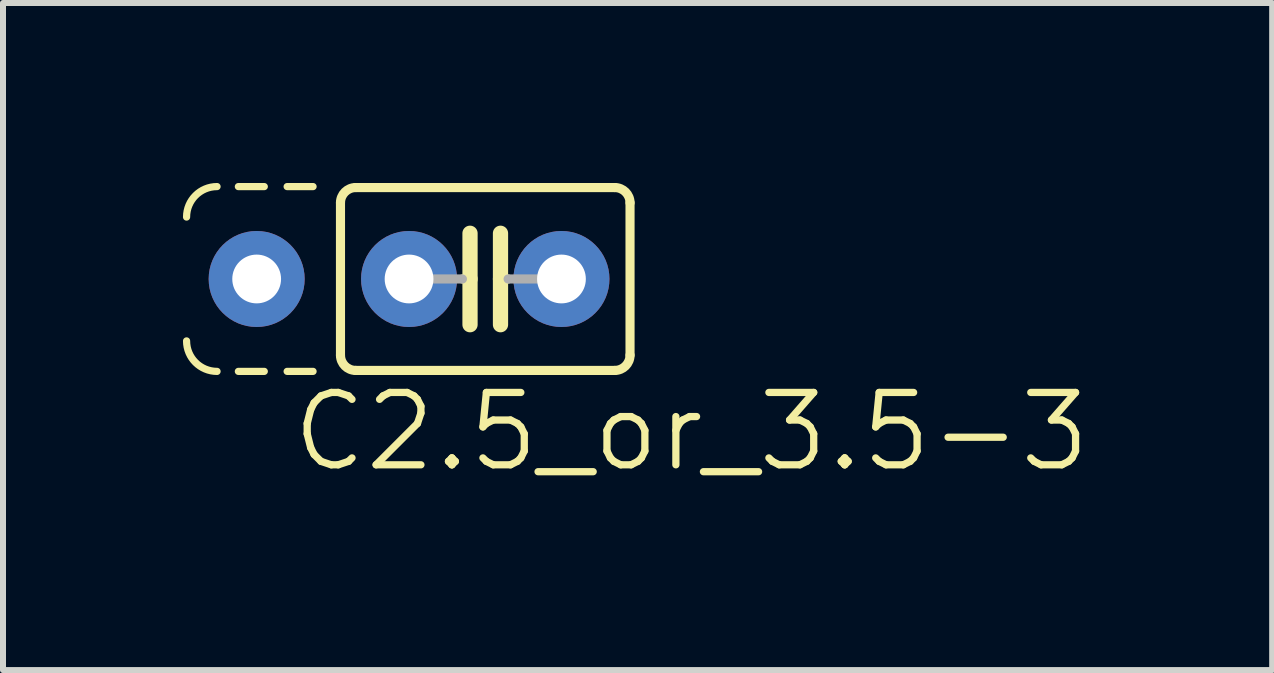
<source format=kicad_pcb>
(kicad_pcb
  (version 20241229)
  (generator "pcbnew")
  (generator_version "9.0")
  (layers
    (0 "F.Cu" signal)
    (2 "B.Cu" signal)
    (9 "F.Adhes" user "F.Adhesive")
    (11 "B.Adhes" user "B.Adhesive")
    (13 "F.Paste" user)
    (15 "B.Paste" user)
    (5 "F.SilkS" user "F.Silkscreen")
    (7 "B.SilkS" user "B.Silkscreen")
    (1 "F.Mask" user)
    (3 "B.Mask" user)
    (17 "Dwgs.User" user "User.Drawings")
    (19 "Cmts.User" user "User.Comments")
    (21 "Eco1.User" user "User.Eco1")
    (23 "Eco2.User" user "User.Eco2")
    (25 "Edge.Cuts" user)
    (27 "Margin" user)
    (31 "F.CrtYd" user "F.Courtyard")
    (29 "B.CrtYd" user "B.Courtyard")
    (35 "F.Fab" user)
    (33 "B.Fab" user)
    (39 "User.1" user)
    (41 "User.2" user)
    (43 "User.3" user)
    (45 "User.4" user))
  (footprint "C2.5_or_3.5-3"
    (layer "F.Cu")
    (at 5.038 1.6)
    (property "Reference" "C2.5_or_3.5-3" (at -3.277 3.251 180) (layer "F.SilkS") (effects (font (size 1.206 1.206) (thickness 0.121)) (justify left bottom)))
    (attr through_hole)
    (fp_line (start -4.115 -1.54) (end -3.683 -1.54) (stroke (width 0.12) (type solid)) (layer "F.SilkS"))
    (fp_line (start -4.115 1.54) (end -3.683 1.54) (stroke (width 0.12) (type solid)) (layer "F.SilkS"))
    (fp_line (start -3.302 -1.54) (end -2.87 -1.54) (stroke (width 0.12) (type solid)) (layer "F.SilkS"))
    (fp_line (start -3.302 1.54) (end -2.87 1.54) (stroke (width 0.12) (type solid)) (layer "F.SilkS"))
    (fp_line (start -2.413 -1.27) (end -2.413 1.27) (stroke (width 0.152) (type solid)) (layer "F.SilkS"))
    (fp_line (start -2.159 -1.524) (end 2.159 -1.524) (stroke (width 0.152) (type solid)) (layer "F.SilkS"))
    (fp_line (start -0.254 -0.762) (end -0.254 0) (stroke (width 0.254) (type solid)) (layer "F.SilkS"))
    (fp_line (start -0.254 0) (end -0.381 0) (stroke (width 0.152) (type solid)) (layer "F.SilkS"))
    (fp_line (start -0.254 0) (end -0.254 0.762) (stroke (width 0.254) (type solid)) (layer "F.SilkS"))
    (fp_line (start 0.254 0) (end 0.254 -0.762) (stroke (width 0.254) (type solid)) (layer "F.SilkS"))
    (fp_line (start 0.254 0) (end 0.254 0.762) (stroke (width 0.254) (type solid)) (layer "F.SilkS"))
    (fp_line (start 0.381 0) (end 0.254 0) (stroke (width 0.152) (type solid)) (layer "F.SilkS"))
    (fp_line (start 2.159 1.524) (end -2.159 1.524) (stroke (width 0.152) (type solid)) (layer "F.SilkS"))
    (fp_line (start 2.413 -1.27) (end 2.413 1.27) (stroke (width 0.152) (type solid)) (layer "F.SilkS"))
    (fp_arc (start -4.9784 -1.0322) (mid -4.82961 -1.39141) (end -4.4704 -1.5402) (stroke (width 0.12) (type solid)) (layer "F.SilkS"))
    (fp_arc (start -4.4704 1.5402) (mid -4.82961 1.39141) (end -4.9784 1.0322) (stroke (width 0.12) (type solid)) (layer "F.SilkS"))
    (fp_arc (start -2.413 -1.27) (mid -2.338605 -1.449605) (end -2.159 -1.524) (stroke (width 0.1524) (type solid)) (layer "F.SilkS"))
    (fp_arc (start -2.159 1.524) (mid -2.338605 1.449605) (end -2.413 1.27) (stroke (width 0.1524) (type solid)) (layer "F.SilkS"))
    (fp_arc (start 2.159 -1.524) (mid 2.338605 -1.449605) (end 2.413 -1.27) (stroke (width 0.1524) (type solid)) (layer "F.SilkS"))
    (fp_arc (start 2.413 1.27) (mid 2.338605 1.449605) (end 2.159 1.524) (stroke (width 0.1524) (type solid)) (layer "F.SilkS"))
    (fp_line (start -0.381 0) (end -1.27 0) (stroke (width 0.152) (type solid)) (layer "F.Fab"))
    (fp_line (start 1.27 0) (end 0.381 0) (stroke (width 0.152) (type solid)) (layer "F.Fab"))
    (pad "1" thru_hole circle (at -3.81 0) (size 1.6 1.6) (drill 0.813) (layers "*.Cu" "*.Mask"))
    (pad "1" thru_hole circle (at -1.27 0) (size 1.6 1.6) (drill 0.813) (layers "*.Cu" "*.Mask"))
    (pad "2" thru_hole circle (at 1.27 0) (size 1.6 1.6) (drill 0.813) (layers "*.Cu" "*.Mask")))
  (gr_rect
    (start -3 -3)
    (end 18.154 8.118)
    (stroke (width 0.1) (type default))
    (fill no)
    (layer "Edge.Cuts")))
</source>
